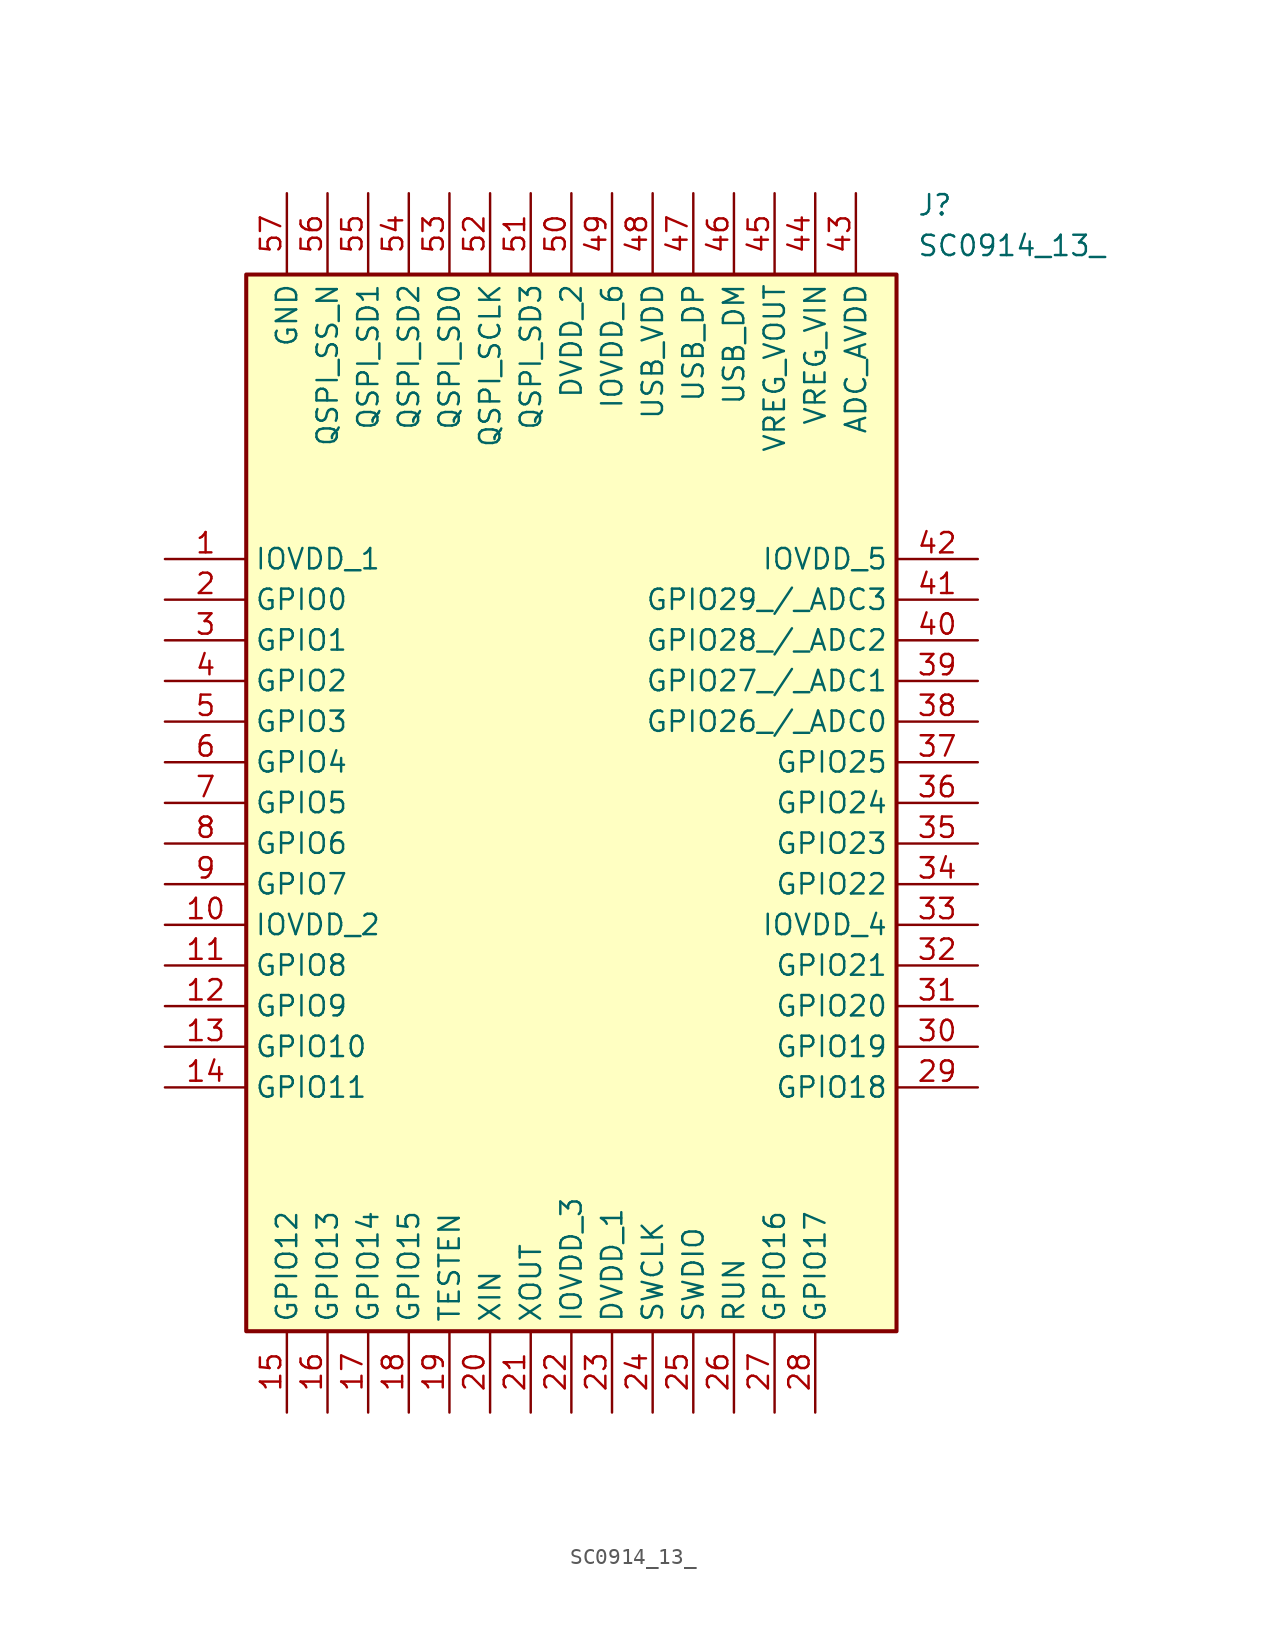
<source format=kicad_sym>
(kicad_symbol_lib
  (version 20211014)
  (generator SamacSys_ECAD_Model)
  (symbol "SC0914_13_"
    (property "Reference" "J"
      (at 46.99 22.86 0)
      (effects (font (size 1.27 1.27)) (justify left top)))
    (property "Value" "SC0914_13_"
      (at 46.99 20.32 0)
      (effects (font (size 1.27 1.27)) (justify left top)))
    (rectangle
      (start 5.08 17.78)
      (end 45.72 -48.26)
      (stroke (width 0.254) (type default))
      (fill (type background)))
    (pin passive line
      (at 0 0 0)
      (length 5.08)
      (name "IOVDD_1" (effects (font (size 1.27 1.27))))
      (number "1" (effects (font (size 1.27 1.27)))))
    (pin passive line
      (at 0 -2.54 0)
      (length 5.08)
      (name "GPIO0" (effects (font (size 1.27 1.27))))
      (number "2" (effects (font (size 1.27 1.27)))))
    (pin passive line
      (at 0 -5.08 0)
      (length 5.08)
      (name "GPIO1" (effects (font (size 1.27 1.27))))
      (number "3" (effects (font (size 1.27 1.27)))))
    (pin passive line
      (at 0 -7.62 0)
      (length 5.08)
      (name "GPIO2" (effects (font (size 1.27 1.27))))
      (number "4" (effects (font (size 1.27 1.27)))))
    (pin passive line
      (at 0 -10.16 0)
      (length 5.08)
      (name "GPIO3" (effects (font (size 1.27 1.27))))
      (number "5" (effects (font (size 1.27 1.27)))))
    (pin passive line
      (at 0 -12.7 0)
      (length 5.08)
      (name "GPIO4" (effects (font (size 1.27 1.27))))
      (number "6" (effects (font (size 1.27 1.27)))))
    (pin passive line
      (at 0 -15.24 0)
      (length 5.08)
      (name "GPIO5" (effects (font (size 1.27 1.27))))
      (number "7" (effects (font (size 1.27 1.27)))))
    (pin passive line
      (at 0 -17.78 0)
      (length 5.08)
      (name "GPIO6" (effects (font (size 1.27 1.27))))
      (number "8" (effects (font (size 1.27 1.27)))))
    (pin passive line
      (at 0 -20.32 0)
      (length 5.08)
      (name "GPIO7" (effects (font (size 1.27 1.27))))
      (number "9" (effects (font (size 1.27 1.27)))))
    (pin passive line
      (at 0 -22.86 0)
      (length 5.08)
      (name "IOVDD_2" (effects (font (size 1.27 1.27))))
      (number "10" (effects (font (size 1.27 1.27)))))
    (pin passive line
      (at 0 -25.4 0)
      (length 5.08)
      (name "GPIO8" (effects (font (size 1.27 1.27))))
      (number "11" (effects (font (size 1.27 1.27)))))
    (pin passive line
      (at 0 -27.94 0)
      (length 5.08)
      (name "GPIO9" (effects (font (size 1.27 1.27))))
      (number "12" (effects (font (size 1.27 1.27)))))
    (pin passive line
      (at 0 -30.48 0)
      (length 5.08)
      (name "GPIO10" (effects (font (size 1.27 1.27))))
      (number "13" (effects (font (size 1.27 1.27)))))
    (pin passive line
      (at 0 -33.02 0)
      (length 5.08)
      (name "GPIO11" (effects (font (size 1.27 1.27))))
      (number "14" (effects (font (size 1.27 1.27)))))
    (pin passive line
      (at 7.62 -53.34 90)
      (length 5.08)
      (name "GPIO12" (effects (font (size 1.27 1.27))))
      (number "15" (effects (font (size 1.27 1.27)))))
    (pin passive line
      (at 10.16 -53.34 90)
      (length 5.08)
      (name "GPIO13" (effects (font (size 1.27 1.27))))
      (number "16" (effects (font (size 1.27 1.27)))))
    (pin passive line
      (at 12.7 -53.34 90)
      (length 5.08)
      (name "GPIO14" (effects (font (size 1.27 1.27))))
      (number "17" (effects (font (size 1.27 1.27)))))
    (pin passive line
      (at 15.24 -53.34 90)
      (length 5.08)
      (name "GPIO15" (effects (font (size 1.27 1.27))))
      (number "18" (effects (font (size 1.27 1.27)))))
    (pin passive line
      (at 17.78 -53.34 90)
      (length 5.08)
      (name "TESTEN" (effects (font (size 1.27 1.27))))
      (number "19" (effects (font (size 1.27 1.27)))))
    (pin passive line
      (at 20.32 -53.34 90)
      (length 5.08)
      (name "XIN" (effects (font (size 1.27 1.27))))
      (number "20" (effects (font (size 1.27 1.27)))))
    (pin passive line
      (at 22.86 -53.34 90)
      (length 5.08)
      (name "XOUT" (effects (font (size 1.27 1.27))))
      (number "21" (effects (font (size 1.27 1.27)))))
    (pin passive line
      (at 25.4 -53.34 90)
      (length 5.08)
      (name "IOVDD_3" (effects (font (size 1.27 1.27))))
      (number "22" (effects (font (size 1.27 1.27)))))
    (pin passive line
      (at 27.94 -53.34 90)
      (length 5.08)
      (name "DVDD_1" (effects (font (size 1.27 1.27))))
      (number "23" (effects (font (size 1.27 1.27)))))
    (pin passive line
      (at 30.48 -53.34 90)
      (length 5.08)
      (name "SWCLK" (effects (font (size 1.27 1.27))))
      (number "24" (effects (font (size 1.27 1.27)))))
    (pin passive line
      (at 33.02 -53.34 90)
      (length 5.08)
      (name "SWDIO" (effects (font (size 1.27 1.27))))
      (number "25" (effects (font (size 1.27 1.27)))))
    (pin passive line
      (at 35.56 -53.34 90)
      (length 5.08)
      (name "RUN" (effects (font (size 1.27 1.27))))
      (number "26" (effects (font (size 1.27 1.27)))))
    (pin passive line
      (at 38.1 -53.34 90)
      (length 5.08)
      (name "GPIO16" (effects (font (size 1.27 1.27))))
      (number "27" (effects (font (size 1.27 1.27)))))
    (pin passive line
      (at 40.64 -53.34 90)
      (length 5.08)
      (name "GPIO17" (effects (font (size 1.27 1.27))))
      (number "28" (effects (font (size 1.27 1.27)))))
    (pin passive line
      (at 50.8 -33.02 180)
      (length 5.08)
      (name "GPIO18" (effects (font (size 1.27 1.27))))
      (number "29" (effects (font (size 1.27 1.27)))))
    (pin passive line
      (at 50.8 -30.48 180)
      (length 5.08)
      (name "GPIO19" (effects (font (size 1.27 1.27))))
      (number "30" (effects (font (size 1.27 1.27)))))
    (pin passive line
      (at 50.8 -27.94 180)
      (length 5.08)
      (name "GPIO20" (effects (font (size 1.27 1.27))))
      (number "31" (effects (font (size 1.27 1.27)))))
    (pin passive line
      (at 50.8 -25.4 180)
      (length 5.08)
      (name "GPIO21" (effects (font (size 1.27 1.27))))
      (number "32" (effects (font (size 1.27 1.27)))))
    (pin passive line
      (at 50.8 -22.86 180)
      (length 5.08)
      (name "IOVDD_4" (effects (font (size 1.27 1.27))))
      (number "33" (effects (font (size 1.27 1.27)))))
    (pin passive line
      (at 50.8 -20.32 180)
      (length 5.08)
      (name "GPIO22" (effects (font (size 1.27 1.27))))
      (number "34" (effects (font (size 1.27 1.27)))))
    (pin passive line
      (at 50.8 -17.78 180)
      (length 5.08)
      (name "GPIO23" (effects (font (size 1.27 1.27))))
      (number "35" (effects (font (size 1.27 1.27)))))
    (pin passive line
      (at 50.8 -15.24 180)
      (length 5.08)
      (name "GPIO24" (effects (font (size 1.27 1.27))))
      (number "36" (effects (font (size 1.27 1.27)))))
    (pin passive line
      (at 50.8 -12.7 180)
      (length 5.08)
      (name "GPIO25" (effects (font (size 1.27 1.27))))
      (number "37" (effects (font (size 1.27 1.27)))))
    (pin passive line
      (at 50.8 -10.16 180)
      (length 5.08)
      (name "GPIO26_/_ADC0" (effects (font (size 1.27 1.27))))
      (number "38" (effects (font (size 1.27 1.27)))))
    (pin passive line
      (at 50.8 -7.62 180)
      (length 5.08)
      (name "GPIO27_/_ADC1" (effects (font (size 1.27 1.27))))
      (number "39" (effects (font (size 1.27 1.27)))))
    (pin passive line
      (at 50.8 -5.08 180)
      (length 5.08)
      (name "GPIO28_/_ADC2" (effects (font (size 1.27 1.27))))
      (number "40" (effects (font (size 1.27 1.27)))))
    (pin passive line
      (at 50.8 -2.54 180)
      (length 5.08)
      (name "GPIO29_/_ADC3" (effects (font (size 1.27 1.27))))
      (number "41" (effects (font (size 1.27 1.27)))))
    (pin passive line
      (at 50.8 0 180)
      (length 5.08)
      (name "IOVDD_5" (effects (font (size 1.27 1.27))))
      (number "42" (effects (font (size 1.27 1.27)))))
    (pin passive line
      (at 43.18 22.86 270)
      (length 5.08)
      (name "ADC_AVDD" (effects (font (size 1.27 1.27))))
      (number "43" (effects (font (size 1.27 1.27)))))
    (pin passive line
      (at 40.64 22.86 270)
      (length 5.08)
      (name "VREG_VIN" (effects (font (size 1.27 1.27))))
      (number "44" (effects (font (size 1.27 1.27)))))
    (pin passive line
      (at 38.1 22.86 270)
      (length 5.08)
      (name "VREG_VOUT" (effects (font (size 1.27 1.27))))
      (number "45" (effects (font (size 1.27 1.27)))))
    (pin passive line
      (at 35.56 22.86 270)
      (length 5.08)
      (name "USB_DM" (effects (font (size 1.27 1.27))))
      (number "46" (effects (font (size 1.27 1.27)))))
    (pin passive line
      (at 33.02 22.86 270)
      (length 5.08)
      (name "USB_DP" (effects (font (size 1.27 1.27))))
      (number "47" (effects (font (size 1.27 1.27)))))
    (pin passive line
      (at 30.48 22.86 270)
      (length 5.08)
      (name "USB_VDD" (effects (font (size 1.27 1.27))))
      (number "48" (effects (font (size 1.27 1.27)))))
    (pin passive line
      (at 27.94 22.86 270)
      (length 5.08)
      (name "IOVDD_6" (effects (font (size 1.27 1.27))))
      (number "49" (effects (font (size 1.27 1.27)))))
    (pin passive line
      (at 25.4 22.86 270)
      (length 5.08)
      (name "DVDD_2" (effects (font (size 1.27 1.27))))
      (number "50" (effects (font (size 1.27 1.27)))))
    (pin passive line
      (at 22.86 22.86 270)
      (length 5.08)
      (name "QSPI_SD3" (effects (font (size 1.27 1.27))))
      (number "51" (effects (font (size 1.27 1.27)))))
    (pin passive line
      (at 20.32 22.86 270)
      (length 5.08)
      (name "QSPI_SCLK" (effects (font (size 1.27 1.27))))
      (number "52" (effects (font (size 1.27 1.27)))))
    (pin passive line
      (at 17.78 22.86 270)
      (length 5.08)
      (name "QSPI_SD0" (effects (font (size 1.27 1.27))))
      (number "53" (effects (font (size 1.27 1.27)))))
    (pin passive line
      (at 15.24 22.86 270)
      (length 5.08)
      (name "QSPI_SD2" (effects (font (size 1.27 1.27))))
      (number "54" (effects (font (size 1.27 1.27)))))
    (pin passive line
      (at 12.7 22.86 270)
      (length 5.08)
      (name "QSPI_SD1" (effects (font (size 1.27 1.27))))
      (number "55" (effects (font (size 1.27 1.27)))))
    (pin passive line
      (at 10.16 22.86 270)
      (length 5.08)
      (name "QSPI_SS_N" (effects (font (size 1.27 1.27))))
      (number "56" (effects (font (size 1.27 1.27)))))
    (pin passive line
      (at 7.62 22.86 270)
      (length 5.08)
      (name "GND" (effects (font (size 1.27 1.27))))
      (number "57" (effects (font (size 1.27 1.27)))))))
</source>
